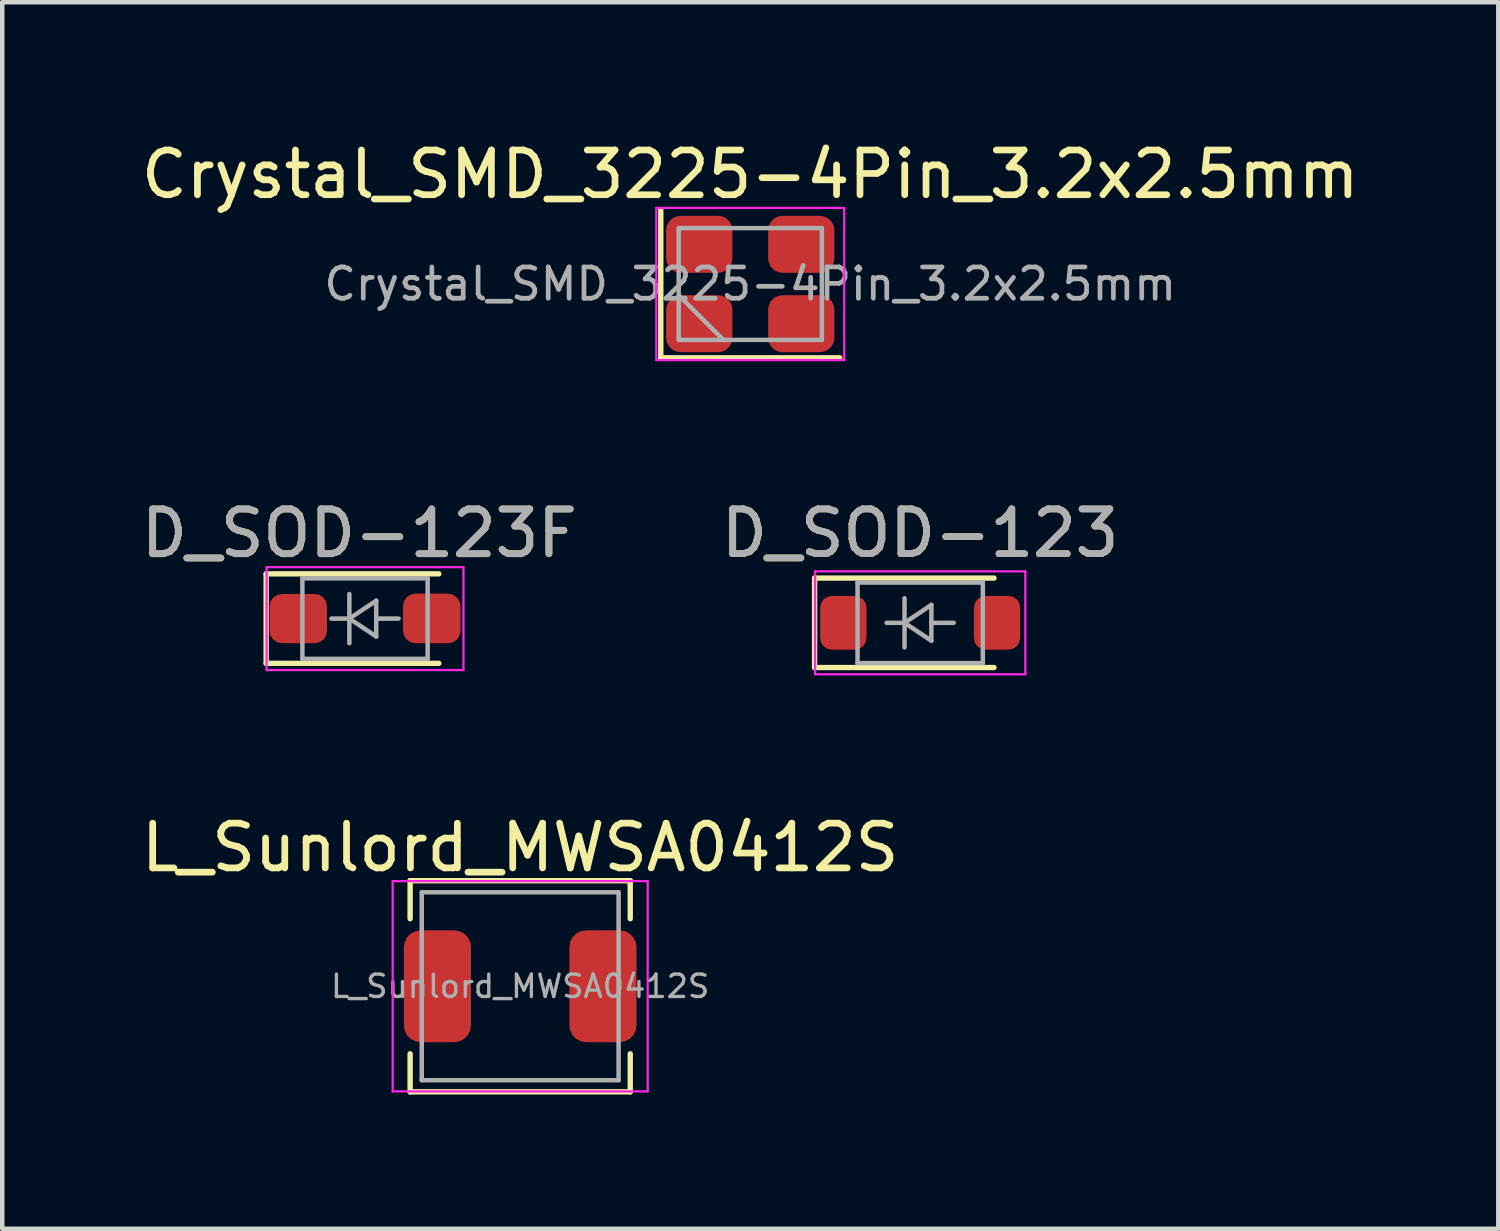
<source format=kicad_pcb>
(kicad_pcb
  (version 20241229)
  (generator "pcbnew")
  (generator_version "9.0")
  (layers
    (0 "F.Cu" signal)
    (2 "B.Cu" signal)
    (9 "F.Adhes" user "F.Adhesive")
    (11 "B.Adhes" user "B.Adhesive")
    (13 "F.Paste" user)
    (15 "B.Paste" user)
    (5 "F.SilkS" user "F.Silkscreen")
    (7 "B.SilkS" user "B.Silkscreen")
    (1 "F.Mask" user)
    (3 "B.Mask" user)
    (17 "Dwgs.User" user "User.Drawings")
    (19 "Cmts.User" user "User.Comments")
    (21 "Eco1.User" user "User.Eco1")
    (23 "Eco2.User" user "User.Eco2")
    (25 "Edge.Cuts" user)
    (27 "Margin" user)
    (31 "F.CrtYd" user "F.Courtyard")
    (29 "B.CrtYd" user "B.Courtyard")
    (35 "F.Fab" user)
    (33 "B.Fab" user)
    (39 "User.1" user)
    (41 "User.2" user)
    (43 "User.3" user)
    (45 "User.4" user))
  (footprint "Crystal_SMD_3225-4Pin_3.2x2.5mm"
    (layer "F.Cu")
    (at 13.72 3.298)
    (property "Reference" "Crystal_SMD_3225-4Pin_3.2x2.5mm" (at 0 -2.45 0) (layer "F.SilkS") (effects (font (size 1 1) (thickness 0.15))))
    (attr smd)
    (fp_line (start -2 -1.65) (end -2 1.65) (stroke (width 0.12) (type solid)) (layer "F.SilkS"))
    (fp_line (start -2 1.65) (end 2 1.65) (stroke (width 0.12) (type solid)) (layer "F.SilkS"))
    (fp_line (start -2.1 -1.7) (end -2.1 1.7) (stroke (width 0.05) (type solid)) (layer "F.CrtYd"))
    (fp_line (start -2.1 1.7) (end 2.1 1.7) (stroke (width 0.05) (type solid)) (layer "F.CrtYd"))
    (fp_line (start 2.1 -1.7) (end -2.1 -1.7) (stroke (width 0.05) (type solid)) (layer "F.CrtYd"))
    (fp_line (start 2.1 1.7) (end 2.1 -1.7) (stroke (width 0.05) (type solid)) (layer "F.CrtYd"))
    (fp_line (start -1.6 -1.25) (end -1.6 1.25) (stroke (width 0.1) (type solid)) (layer "F.Fab"))
    (fp_line (start -1.6 0.25) (end -0.6 1.25) (stroke (width 0.1) (type solid)) (layer "F.Fab"))
    (fp_line (start -1.6 1.25) (end 1.6 1.25) (stroke (width 0.1) (type solid)) (layer "F.Fab"))
    (fp_line (start 1.6 -1.25) (end -1.6 -1.25) (stroke (width 0.1) (type solid)) (layer "F.Fab"))
    (fp_line (start 1.6 1.25) (end 1.6 -1.25) (stroke (width 0.1) (type solid)) (layer "F.Fab"))
    (fp_text user "${REFERENCE}" (at 0 0 0) (layer "F.Fab") (effects (font (size 0.7 0.7) (thickness 0.105))))
    (pad "1" smd roundrect (at -1.14 0.887) (size 1.48 1.274) (layers "F.Cu" "F.Mask" "F.Paste") (roundrect_rratio 0.25))
    (pad "2" smd roundrect (at 1.14 0.887) (size 1.48 1.274) (layers "F.Cu" "F.Mask" "F.Paste") (roundrect_rratio 0.25))
    (pad "3" smd roundrect (at 1.14 -0.887) (size 1.48 1.274) (layers "F.Cu" "F.Mask" "F.Paste") (roundrect_rratio 0.25))
    (pad "4" smd roundrect (at -1.14 -0.887) (size 1.48 1.274) (layers "F.Cu" "F.Mask" "F.Paste") (roundrect_rratio 0.25)))
  (footprint "D_SOD-123"
    (layer "F.Cu")
    (at 17.518 10.871)
    (property "Reference" "D_SOD-123" (at 0 -2 0) (layer "F.SilkS") (effects (font (size 1 1) (thickness 0.15))))
    (attr smd)
    (fp_line (start -2.36 -1) (end -2.36 1) (stroke (width 0.12) (type solid)) (layer "F.SilkS"))
    (fp_line (start -2.36 -1) (end 1.65 -1) (stroke (width 0.12) (type solid)) (layer "F.SilkS"))
    (fp_line (start -2.36 1) (end 1.65 1) (stroke (width 0.12) (type solid)) (layer "F.SilkS"))
    (fp_line (start -2.35 -1.15) (end -2.35 1.15) (stroke (width 0.05) (type solid)) (layer "F.CrtYd"))
    (fp_line (start -2.35 -1.15) (end 2.35 -1.15) (stroke (width 0.05) (type solid)) (layer "F.CrtYd"))
    (fp_line (start 2.35 -1.15) (end 2.35 1.15) (stroke (width 0.05) (type solid)) (layer "F.CrtYd"))
    (fp_line (start 2.35 1.15) (end -2.35 1.15) (stroke (width 0.05) (type solid)) (layer "F.CrtYd"))
    (fp_line (start -1.4 -0.9) (end 1.4 -0.9) (stroke (width 0.1) (type solid)) (layer "F.Fab"))
    (fp_line (start -1.4 0.9) (end -1.4 -0.9) (stroke (width 0.1) (type solid)) (layer "F.Fab"))
    (fp_line (start -0.75 0) (end -0.35 0) (stroke (width 0.1) (type solid)) (layer "F.Fab"))
    (fp_line (start -0.35 0) (end -0.35 -0.55) (stroke (width 0.1) (type solid)) (layer "F.Fab"))
    (fp_line (start -0.35 0) (end -0.35 0.55) (stroke (width 0.1) (type solid)) (layer "F.Fab"))
    (fp_line (start -0.35 0) (end 0.25 -0.4) (stroke (width 0.1) (type solid)) (layer "F.Fab"))
    (fp_line (start 0.25 -0.4) (end 0.25 0.4) (stroke (width 0.1) (type solid)) (layer "F.Fab"))
    (fp_line (start 0.25 0) (end 0.75 0) (stroke (width 0.1) (type solid)) (layer "F.Fab"))
    (fp_line (start 0.25 0.4) (end -0.35 0) (stroke (width 0.1) (type solid)) (layer "F.Fab"))
    (fp_line (start 1.4 -0.9) (end 1.4 0.9) (stroke (width 0.1) (type solid)) (layer "F.Fab"))
    (fp_line (start 1.4 0.9) (end -1.4 0.9) (stroke (width 0.1) (type solid)) (layer "F.Fab"))
    (fp_text user "${REFERENCE}" (at 0 -2 0) (layer "F.Fab") (effects (font (size 1 1) (thickness 0.15))))
    (pad "1" smd roundrect (at -1.718 0) (size 1.035 1.2) (layers "F.Cu" "F.Mask" "F.Paste") (roundrect_rratio 0.25))
    (pad "2" smd roundrect (at 1.718 0) (size 1.035 1.2) (layers "F.Cu" "F.Mask" "F.Paste") (roundrect_rratio 0.25)))
  (footprint "L_Sunlord_MWSA0412S"
    (layer "F.Cu")
    (at 8.577 18.995)
    (property "Reference" "L_Sunlord_MWSA0412S" (at 0 -3.1 0) (layer "F.SilkS") (effects (font (size 1 1) (thickness 0.15))))
    (attr smd)
    (fp_line (start -2.46 -2.36) (end -2.46 -1.51) (stroke (width 0.12) (type solid)) (layer "F.SilkS"))
    (fp_line (start -2.46 -2.36) (end 2.46 -2.36) (stroke (width 0.12) (type solid)) (layer "F.SilkS"))
    (fp_line (start -2.46 2.36) (end -2.46 1.51) (stroke (width 0.12) (type solid)) (layer "F.SilkS"))
    (fp_line (start -2.46 2.36) (end 2.46 2.36) (stroke (width 0.12) (type solid)) (layer "F.SilkS"))
    (fp_line (start 2.46 -2.36) (end 2.46 -1.51) (stroke (width 0.12) (type solid)) (layer "F.SilkS"))
    (fp_line (start 2.46 2.36) (end 2.46 1.51) (stroke (width 0.12) (type solid)) (layer "F.SilkS"))
    (fp_line (start -2.85 -2.35) (end -2.85 2.35) (stroke (width 0.05) (type solid)) (layer "F.CrtYd"))
    (fp_line (start -2.85 2.35) (end 2.85 2.35) (stroke (width 0.05) (type solid)) (layer "F.CrtYd"))
    (fp_line (start 2.85 -2.35) (end -2.85 -2.35) (stroke (width 0.05) (type solid)) (layer "F.CrtYd"))
    (fp_line (start 2.85 2.35) (end 2.85 -2.35) (stroke (width 0.05) (type solid)) (layer "F.CrtYd"))
    (fp_line (start -2.2 -2.1) (end -2.2 2.1) (stroke (width 0.1) (type solid)) (layer "F.Fab"))
    (fp_line (start -2.2 2.1) (end 2.2 2.1) (stroke (width 0.1) (type solid)) (layer "F.Fab"))
    (fp_line (start 2.2 -2.1) (end -2.2 -2.1) (stroke (width 0.1) (type solid)) (layer "F.Fab"))
    (fp_line (start 2.2 2.1) (end 2.2 -2.1) (stroke (width 0.1) (type solid)) (layer "F.Fab"))
    (fp_text user "${REFERENCE}" (at 0 0 0) (layer "F.Fab") (effects (font (size 0.5 0.5) (thickness 0.075))))
    (pad "1" smd roundrect (at -1.85 0) (size 1.5 2.5) (layers "F.Cu" "F.Mask" "F.Paste") (roundrect_rratio 0.25))
    (pad "2" smd roundrect (at 1.85 0) (size 1.5 2.5) (layers "F.Cu" "F.Mask" "F.Paste") (roundrect_rratio 0.25)))
  (footprint "D_SOD-123F"
    (layer "F.Cu")
    (at 5.109 10.777)
    (property "Reference" "D_SOD-123F" (at -0.127 -1.905 0) (layer "F.SilkS") (effects (font (size 1 1) (thickness 0.15))))
    (attr smd)
    (fp_line (start -2.21 -1) (end -2.21 1) (stroke (width 0.12) (type solid)) (layer "F.SilkS"))
    (fp_line (start -2.21 -1) (end 1.65 -1) (stroke (width 0.12) (type solid)) (layer "F.SilkS"))
    (fp_line (start -2.21 1) (end 1.65 1) (stroke (width 0.12) (type solid)) (layer "F.SilkS"))
    (fp_line (start -2.2 -1.15) (end -2.2 1.15) (stroke (width 0.05) (type solid)) (layer "F.CrtYd"))
    (fp_line (start -2.2 -1.15) (end 2.2 -1.15) (stroke (width 0.05) (type solid)) (layer "F.CrtYd"))
    (fp_line (start 2.2 -1.15) (end 2.2 1.15) (stroke (width 0.05) (type solid)) (layer "F.CrtYd"))
    (fp_line (start 2.2 1.15) (end -2.2 1.15) (stroke (width 0.05) (type solid)) (layer "F.CrtYd"))
    (fp_line (start -1.4 -0.9) (end 1.4 -0.9) (stroke (width 0.1) (type solid)) (layer "F.Fab"))
    (fp_line (start -1.4 0.9) (end -1.4 -0.9) (stroke (width 0.1) (type solid)) (layer "F.Fab"))
    (fp_line (start -0.75 0) (end -0.35 0) (stroke (width 0.1) (type solid)) (layer "F.Fab"))
    (fp_line (start -0.35 0) (end -0.35 -0.55) (stroke (width 0.1) (type solid)) (layer "F.Fab"))
    (fp_line (start -0.35 0) (end -0.35 0.55) (stroke (width 0.1) (type solid)) (layer "F.Fab"))
    (fp_line (start -0.35 0) (end 0.25 -0.4) (stroke (width 0.1) (type solid)) (layer "F.Fab"))
    (fp_line (start 0.25 -0.4) (end 0.25 0.4) (stroke (width 0.1) (type solid)) (layer "F.Fab"))
    (fp_line (start 0.25 0) (end 0.75 0) (stroke (width 0.1) (type solid)) (layer "F.Fab"))
    (fp_line (start 0.25 0.4) (end -0.35 0) (stroke (width 0.1) (type solid)) (layer "F.Fab"))
    (fp_line (start 1.4 -0.9) (end 1.4 0.9) (stroke (width 0.1) (type solid)) (layer "F.Fab"))
    (fp_line (start 1.4 0.9) (end -1.4 0.9) (stroke (width 0.1) (type solid)) (layer "F.Fab"))
    (fp_text user "${REFERENCE}" (at -0.127 -1.905 0) (layer "F.Fab") (effects (font (size 1 1) (thickness 0.15))))
    (pad "1" smd roundrect (at -1.492 0) (size 1.284 1.1) (layers "F.Cu" "F.Mask" "F.Paste") (roundrect_rratio 0.25))
    (pad "2" smd roundrect (at 1.492 -0.004) (size 1.284 1.109) (layers "F.Cu" "F.Mask" "F.Paste") (roundrect_rratio 0.25)))
  (gr_rect
    (start -3 -3)
    (end 30.44 24.415)
    (stroke (width 0.1) (type default))
    (fill no)
    (layer "Edge.Cuts")))
</source>
